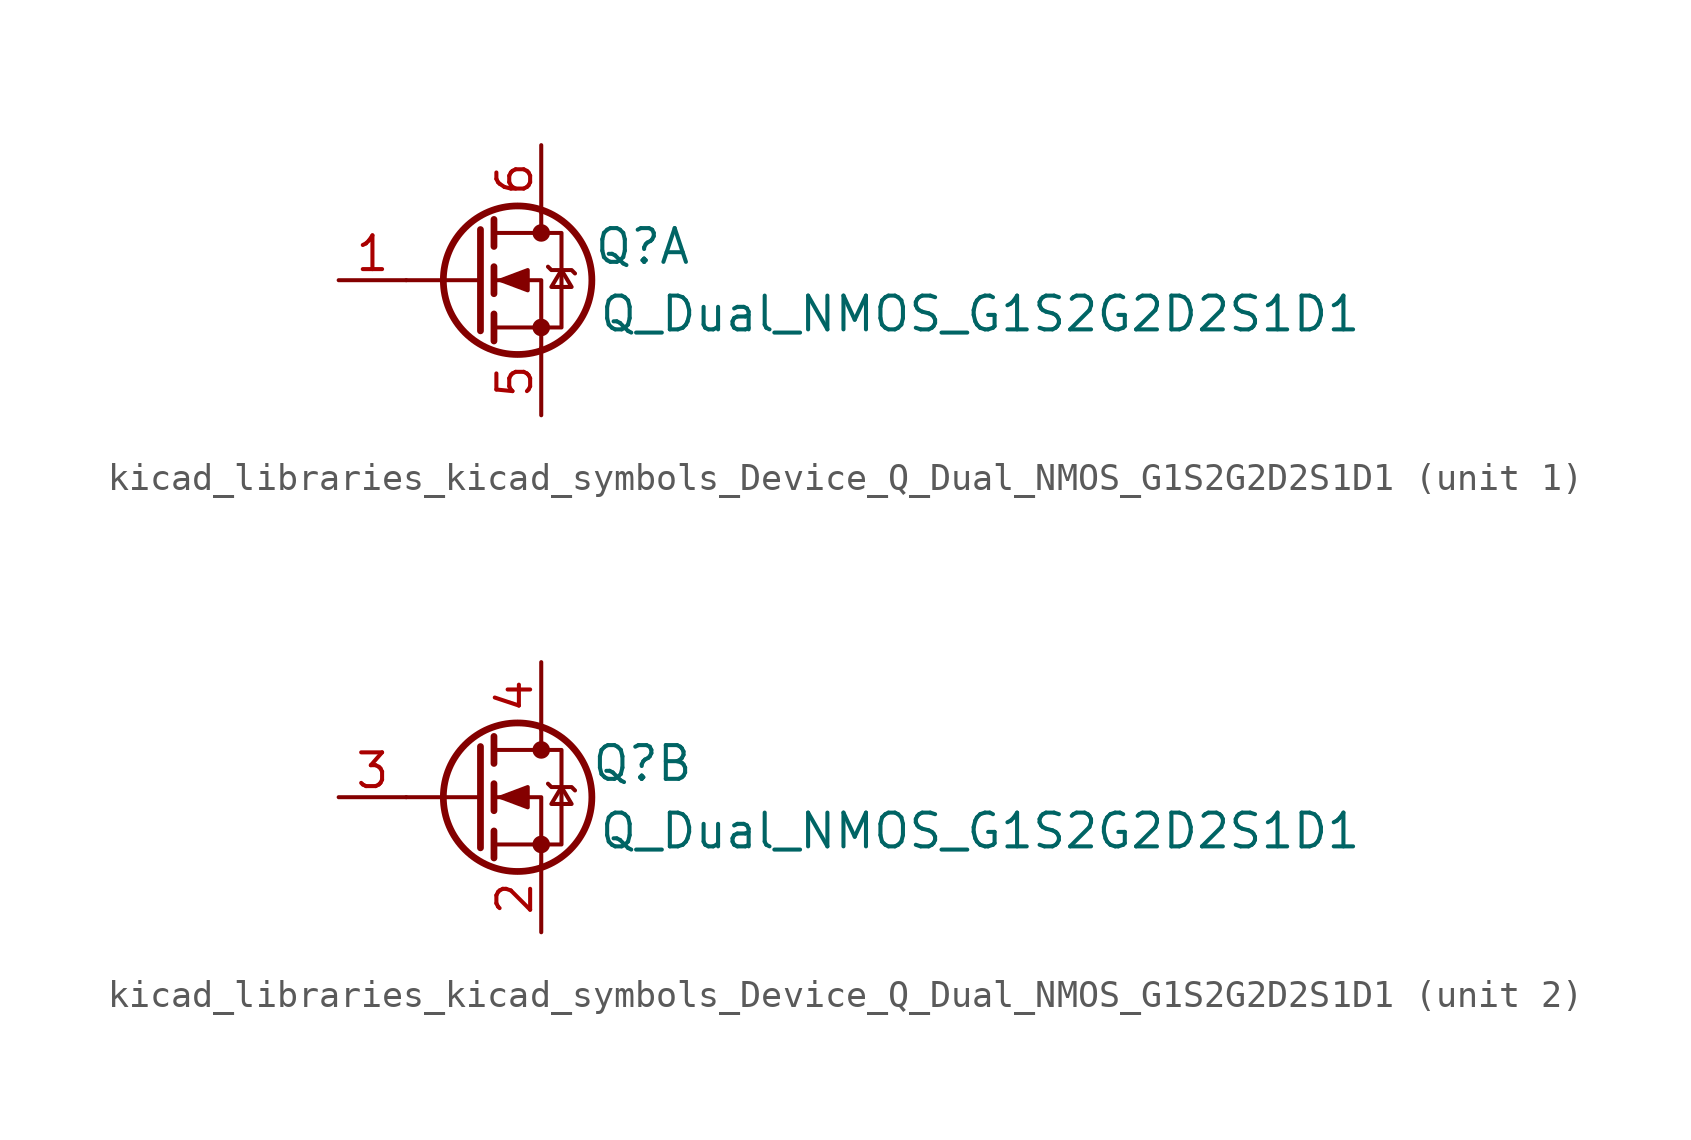
<source format=kicad_sym>
(kicad_symbol_lib
  (version 20220914)
  (generator kicad_symbol_editor)
  (symbol "kicad_libraries_kicad_symbols_Device_Q_Dual_NMOS_G1S2G2D2S1D1"
    (pin_names
      (offset 0) hide)
    (property "Reference" "Q"
      (at 6.35 1.27 0)
      (effects (font (size 1.27 1.27))))
    (property "Value" "Q_Dual_NMOS_G1S2G2D2S1D1"
      (at 19.05 -1.27 0)
      (effects (font (size 1.27 1.27))))
    (symbol "kicad_libraries_kicad_symbols_Device_Q_Dual_NMOS_G1S2G2D2S1D1_0_1"
      (polyline (pts (xy 0.254 0) (xy -2.54 0)) (stroke (width 0) (type default)) (fill (type none)))
      (polyline (pts (xy 0.254 1.905) (xy 0.254 -1.905)) (stroke (width 0.254) (type default)) (fill (type none)))
      (polyline (pts (xy 0.762 -1.27) (xy 0.762 -2.286)) (stroke (width 0.254) (type default)) (fill (type none)))
      (polyline (pts (xy 0.762 0.508) (xy 0.762 -0.508)) (stroke (width 0.254) (type default)) (fill (type none)))
      (polyline (pts (xy 0.762 2.286) (xy 0.762 1.27)) (stroke (width 0.254) (type default)) (fill (type none)))
      (polyline (pts (xy 2.54 2.54) (xy 2.54 1.778)) (stroke (width 0) (type default)) (fill (type none)))
      (polyline (pts (xy 2.54 -2.54) (xy 2.54 0) (xy 0.762 0)) (stroke (width 0) (type default)) (fill (type none)))
      (polyline (pts (xy 0.762 -1.778) (xy 3.302 -1.778) (xy 3.302 1.778) (xy 0.762 1.778)) (stroke (width 0) (type default)) (fill (type none)))
      (polyline (pts (xy 1.016 0) (xy 2.032 0.381) (xy 2.032 -0.381) (xy 1.016 0)) (stroke (width 0) (type default)) (fill (type outline)))
      (polyline (pts (xy 2.794 0.508) (xy 2.921 0.381) (xy 3.683 0.381) (xy 3.81 0.254)) (stroke (width 0) (type default)) (fill (type none)))
      (polyline (pts (xy 3.302 0.381) (xy 2.921 -0.254) (xy 3.683 -0.254) (xy 3.302 0.381)) (stroke (width 0) (type default)) (fill (type none)))
      (circle (center 1.651 0) (radius 2.794) (stroke (width 0.254) (type default)) (fill (type none)))
      (circle (center 2.54 -1.778) (radius 0.254) (stroke (width 0) (type default)) (fill (type outline)))
      (circle (center 2.54 1.778) (radius 0.254) (stroke (width 0) (type default)) (fill (type outline))))
    (symbol "kicad_libraries_kicad_symbols_Device_Q_Dual_NMOS_G1S2G2D2S1D1_1_1"
      (pin input line (at -5.08 0 0) (length 2.54) (name "G" (effects (font (size 1.27 1.27)))) (number "1" (effects (font (size 1.27 1.27)))))
      (pin passive line (at 2.54 -5.08 90) (length 2.54) (name "S" (effects (font (size 1.27 1.27)))) (number "5" (effects (font (size 1.27 1.27)))))
      (pin passive line (at 2.54 5.08 270) (length 2.54) (name "D" (effects (font (size 1.27 1.27)))) (number "6" (effects (font (size 1.27 1.27))))))
    (symbol "kicad_libraries_kicad_symbols_Device_Q_Dual_NMOS_G1S2G2D2S1D1_2_1"
      (pin passive line (at 2.54 -5.08 90) (length 2.54) (name "S" (effects (font (size 1.27 1.27)))) (number "2" (effects (font (size 1.27 1.27)))))
      (pin input line (at -5.08 0 0) (length 2.54) (name "G" (effects (font (size 1.27 1.27)))) (number "3" (effects (font (size 1.27 1.27)))))
      (pin passive line (at 2.54 5.08 270) (length 2.54) (name "D" (effects (font (size 1.27 1.27)))) (number "4" (effects (font (size 1.27 1.27))))))))
</source>
